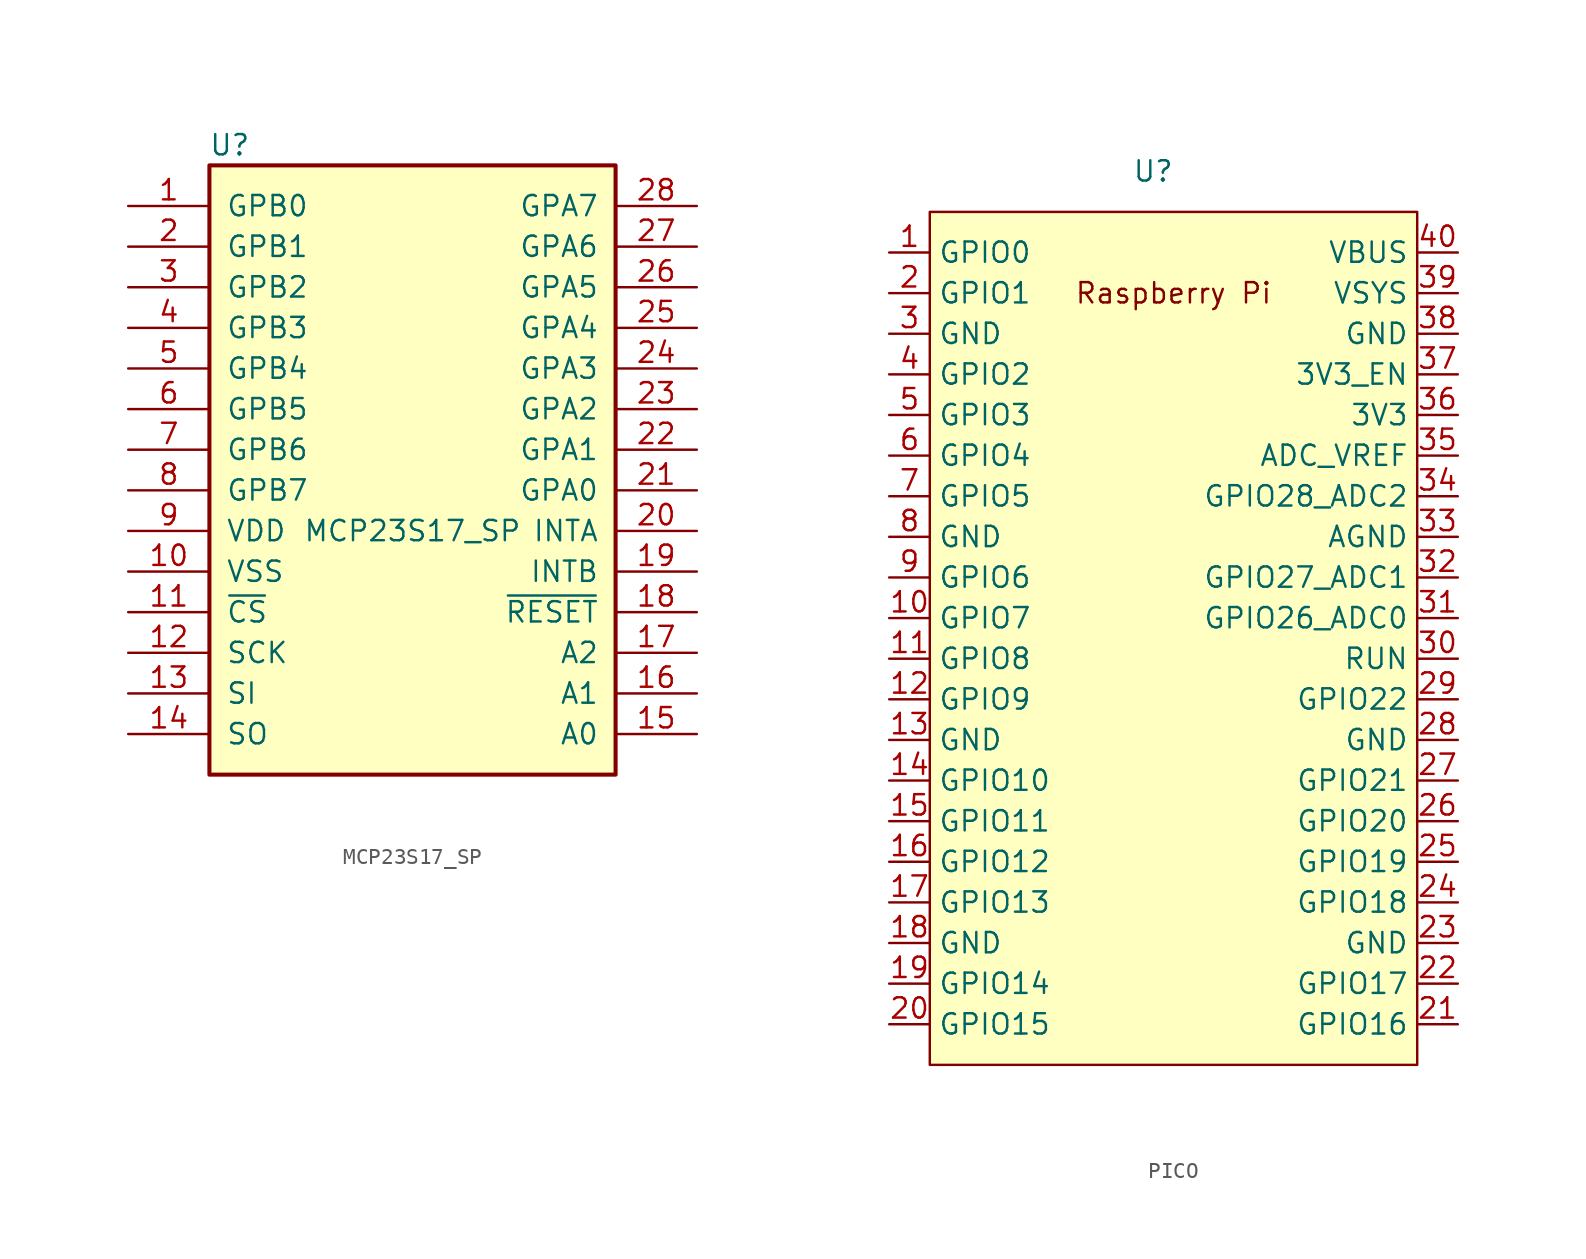
<source format=kicad_sym>
(kicad_symbol_lib
  (version 20220914)
  (generator kicad_symbol_editor)
  (symbol "MCP23S17_SP"
    (pin_names
      (offset 1.016))
    (property "Reference" "U"
      (at -11.43 24.13 0)
      (effects (font (size 1.27 1.27))))
    (property "Value" "MCP23S17_SP"
      (at 0 0 0)
      (effects (font (size 1.27 1.27))))
    (symbol "MCP23S17_SP_0_1"
      (rectangle (start -12.7 22.86) (end 12.7 -15.24) (stroke (width 0.254) (type default)) (fill (type background))))
    (symbol "MCP23S17_SP_1_1"
      (pin bidirectional line (at -17.78 20.32 0) (length 5.08) (name "GPB0" (effects (font (size 1.27 1.27)))) (number "1" (effects (font (size 1.27 1.27)))))
      (pin power_in line (at -17.78 -2.54 0) (length 5.08) (name "VSS" (effects (font (size 1.27 1.27)))) (number "10" (effects (font (size 1.27 1.27)))))
      (pin input line (at -17.78 -5.08 0) (length 5.08) (name "~{CS}" (effects (font (size 1.27 1.27)))) (number "11" (effects (font (size 1.27 1.27)))))
      (pin input line (at -17.78 -7.62 0) (length 5.08) (name "SCK" (effects (font (size 1.27 1.27)))) (number "12" (effects (font (size 1.27 1.27)))))
      (pin input line (at -17.78 -10.16 0) (length 5.08) (name "SI" (effects (font (size 1.27 1.27)))) (number "13" (effects (font (size 1.27 1.27)))))
      (pin output line (at -17.78 -12.7 0) (length 5.08) (name "SO" (effects (font (size 1.27 1.27)))) (number "14" (effects (font (size 1.27 1.27)))))
      (pin input line (at 17.78 -12.7 180) (length 5.08) (name "A0" (effects (font (size 1.27 1.27)))) (number "15" (effects (font (size 1.27 1.27)))))
      (pin input line (at 17.78 -10.16 180) (length 5.08) (name "A1" (effects (font (size 1.27 1.27)))) (number "16" (effects (font (size 1.27 1.27)))))
      (pin input line (at 17.78 -7.62 180) (length 5.08) (name "A2" (effects (font (size 1.27 1.27)))) (number "17" (effects (font (size 1.27 1.27)))))
      (pin input line (at 17.78 -5.08 180) (length 5.08) (name "~{RESET}" (effects (font (size 1.27 1.27)))) (number "18" (effects (font (size 1.27 1.27)))))
      (pin tri_state line (at 17.78 -2.54 180) (length 5.08) (name "INTB" (effects (font (size 1.27 1.27)))) (number "19" (effects (font (size 1.27 1.27)))))
      (pin bidirectional line (at -17.78 17.78 0) (length 5.08) (name "GPB1" (effects (font (size 1.27 1.27)))) (number "2" (effects (font (size 1.27 1.27)))))
      (pin tri_state line (at 17.78 0 180) (length 5.08) (name "INTA" (effects (font (size 1.27 1.27)))) (number "20" (effects (font (size 1.27 1.27)))))
      (pin bidirectional line (at 17.78 2.54 180) (length 5.08) (name "GPA0" (effects (font (size 1.27 1.27)))) (number "21" (effects (font (size 1.27 1.27)))))
      (pin bidirectional line (at 17.78 5.08 180) (length 5.08) (name "GPA1" (effects (font (size 1.27 1.27)))) (number "22" (effects (font (size 1.27 1.27)))))
      (pin bidirectional line (at 17.78 7.62 180) (length 5.08) (name "GPA2" (effects (font (size 1.27 1.27)))) (number "23" (effects (font (size 1.27 1.27)))))
      (pin bidirectional line (at 17.78 10.16 180) (length 5.08) (name "GPA3" (effects (font (size 1.27 1.27)))) (number "24" (effects (font (size 1.27 1.27)))))
      (pin bidirectional line (at 17.78 12.7 180) (length 5.08) (name "GPA4" (effects (font (size 1.27 1.27)))) (number "25" (effects (font (size 1.27 1.27)))))
      (pin bidirectional line (at 17.78 15.24 180) (length 5.08) (name "GPA5" (effects (font (size 1.27 1.27)))) (number "26" (effects (font (size 1.27 1.27)))))
      (pin bidirectional line (at 17.78 17.78 180) (length 5.08) (name "GPA6" (effects (font (size 1.27 1.27)))) (number "27" (effects (font (size 1.27 1.27)))))
      (pin bidirectional line (at 17.78 20.32 180) (length 5.08) (name "GPA7" (effects (font (size 1.27 1.27)))) (number "28" (effects (font (size 1.27 1.27)))))
      (pin bidirectional line (at -17.78 15.24 0) (length 5.08) (name "GPB2" (effects (font (size 1.27 1.27)))) (number "3" (effects (font (size 1.27 1.27)))))
      (pin bidirectional line (at -17.78 12.7 0) (length 5.08) (name "GPB3" (effects (font (size 1.27 1.27)))) (number "4" (effects (font (size 1.27 1.27)))))
      (pin bidirectional line (at -17.78 10.16 0) (length 5.08) (name "GPB4" (effects (font (size 1.27 1.27)))) (number "5" (effects (font (size 1.27 1.27)))))
      (pin bidirectional line (at -17.78 7.62 0) (length 5.08) (name "GPB5" (effects (font (size 1.27 1.27)))) (number "6" (effects (font (size 1.27 1.27)))))
      (pin bidirectional line (at -17.78 5.08 0) (length 5.08) (name "GPB6" (effects (font (size 1.27 1.27)))) (number "7" (effects (font (size 1.27 1.27)))))
      (pin bidirectional line (at -17.78 2.54 0) (length 5.08) (name "GPB7" (effects (font (size 1.27 1.27)))) (number "8" (effects (font (size 1.27 1.27)))))
      (pin power_in line (at -17.78 0 0) (length 5.08) (name "VDD" (effects (font (size 1.27 1.27)))) (number "9" (effects (font (size 1.27 1.27)))))))
  (symbol "PICO"
    (property "Reference" "U"
      (at 0 0 0)
      (effects (font (size 1.27 1.27))))
    (property "Value" ""
      (at 0 0 0)
      (effects (font (size 1.27 1.27))))
    (symbol "PICO_0_0"
      (text "Raspberry Pi" (at 1.27 -7.62 0) (effects (font (size 1.27 1.27)))))
    (symbol "PICO_0_1"
      (rectangle (start -13.97 -2.54) (end 16.51 -55.88) (stroke (width 0) (type solid)) (fill (type background))))
    (symbol "PICO_1_1"
      (pin bidirectional line (at -16.51 -5.08 0) (length 2.54) (name "GPIO0" (effects (font (size 1.27 1.27)))) (number "1" (effects (font (size 1.27 1.27)))))
      (pin bidirectional line (at -16.51 -27.94 0) (length 2.54) (name "GPIO7" (effects (font (size 1.27 1.27)))) (number "10" (effects (font (size 1.27 1.27)))))
      (pin bidirectional line (at -16.51 -30.48 0) (length 2.54) (name "GPIO8" (effects (font (size 1.27 1.27)))) (number "11" (effects (font (size 1.27 1.27)))))
      (pin bidirectional line (at -16.51 -33.02 0) (length 2.54) (name "GPIO9" (effects (font (size 1.27 1.27)))) (number "12" (effects (font (size 1.27 1.27)))))
      (pin power_in line (at -16.51 -35.56 0) (length 2.54) (name "GND" (effects (font (size 1.27 1.27)))) (number "13" (effects (font (size 1.27 1.27)))))
      (pin bidirectional line (at -16.51 -38.1 0) (length 2.54) (name "GPIO10" (effects (font (size 1.27 1.27)))) (number "14" (effects (font (size 1.27 1.27)))))
      (pin bidirectional line (at -16.51 -40.64 0) (length 2.54) (name "GPIO11" (effects (font (size 1.27 1.27)))) (number "15" (effects (font (size 1.27 1.27)))))
      (pin bidirectional line (at -16.51 -43.18 0) (length 2.54) (name "GPIO12" (effects (font (size 1.27 1.27)))) (number "16" (effects (font (size 1.27 1.27)))))
      (pin bidirectional line (at -16.51 -45.72 0) (length 2.54) (name "GPIO13" (effects (font (size 1.27 1.27)))) (number "17" (effects (font (size 1.27 1.27)))))
      (pin power_in line (at -16.51 -48.26 0) (length 2.54) (name "GND" (effects (font (size 1.27 1.27)))) (number "18" (effects (font (size 1.27 1.27)))))
      (pin bidirectional line (at -16.51 -50.8 0) (length 2.54) (name "GPIO14" (effects (font (size 1.27 1.27)))) (number "19" (effects (font (size 1.27 1.27)))))
      (pin bidirectional line (at -16.51 -7.62 0) (length 2.54) (name "GPIO1" (effects (font (size 1.27 1.27)))) (number "2" (effects (font (size 1.27 1.27)))))
      (pin bidirectional line (at -16.51 -53.34 0) (length 2.54) (name "GPIO15" (effects (font (size 1.27 1.27)))) (number "20" (effects (font (size 1.27 1.27)))))
      (pin bidirectional line (at 19.05 -53.34 180) (length 2.54) (name "GPIO16" (effects (font (size 1.27 1.27)))) (number "21" (effects (font (size 1.27 1.27)))))
      (pin bidirectional line (at 19.05 -50.8 180) (length 2.54) (name "GPIO17" (effects (font (size 1.27 1.27)))) (number "22" (effects (font (size 1.27 1.27)))))
      (pin power_in line (at 19.05 -48.26 180) (length 2.54) (name "GND" (effects (font (size 1.27 1.27)))) (number "23" (effects (font (size 1.27 1.27)))))
      (pin bidirectional line (at 19.05 -45.72 180) (length 2.54) (name "GPIO18" (effects (font (size 1.27 1.27)))) (number "24" (effects (font (size 1.27 1.27)))))
      (pin bidirectional line (at 19.05 -43.18 180) (length 2.54) (name "GPIO19" (effects (font (size 1.27 1.27)))) (number "25" (effects (font (size 1.27 1.27)))))
      (pin bidirectional line (at 19.05 -40.64 180) (length 2.54) (name "GPIO20" (effects (font (size 1.27 1.27)))) (number "26" (effects (font (size 1.27 1.27)))))
      (pin bidirectional line (at 19.05 -38.1 180) (length 2.54) (name "GPIO21" (effects (font (size 1.27 1.27)))) (number "27" (effects (font (size 1.27 1.27)))))
      (pin power_in line (at 19.05 -35.56 180) (length 2.54) (name "GND" (effects (font (size 1.27 1.27)))) (number "28" (effects (font (size 1.27 1.27)))))
      (pin bidirectional line (at 19.05 -33.02 180) (length 2.54) (name "GPIO22" (effects (font (size 1.27 1.27)))) (number "29" (effects (font (size 1.27 1.27)))))
      (pin power_in line (at -16.51 -10.16 0) (length 2.54) (name "GND" (effects (font (size 1.27 1.27)))) (number "3" (effects (font (size 1.27 1.27)))))
      (pin input line (at 19.05 -30.48 180) (length 2.54) (name "RUN" (effects (font (size 1.27 1.27)))) (number "30" (effects (font (size 1.27 1.27)))))
      (pin bidirectional line (at 19.05 -27.94 180) (length 2.54) (name "GPIO26_ADC0" (effects (font (size 1.27 1.27)))) (number "31" (effects (font (size 1.27 1.27)))))
      (pin bidirectional line (at 19.05 -25.4 180) (length 2.54) (name "GPIO27_ADC1" (effects (font (size 1.27 1.27)))) (number "32" (effects (font (size 1.27 1.27)))))
      (pin power_in line (at 19.05 -22.86 180) (length 2.54) (name "AGND" (effects (font (size 1.27 1.27)))) (number "33" (effects (font (size 1.27 1.27)))))
      (pin bidirectional line (at 19.05 -20.32 180) (length 2.54) (name "GPIO28_ADC2" (effects (font (size 1.27 1.27)))) (number "34" (effects (font (size 1.27 1.27)))))
      (pin unspecified line (at 19.05 -17.78 180) (length 2.54) (name "ADC_VREF" (effects (font (size 1.27 1.27)))) (number "35" (effects (font (size 1.27 1.27)))))
      (pin unspecified line (at 19.05 -15.24 180) (length 2.54) (name "3V3" (effects (font (size 1.27 1.27)))) (number "36" (effects (font (size 1.27 1.27)))))
      (pin input line (at 19.05 -12.7 180) (length 2.54) (name "3V3_EN" (effects (font (size 1.27 1.27)))) (number "37" (effects (font (size 1.27 1.27)))))
      (pin bidirectional line (at 19.05 -10.16 180) (length 2.54) (name "GND" (effects (font (size 1.27 1.27)))) (number "38" (effects (font (size 1.27 1.27)))))
      (pin unspecified line (at 19.05 -7.62 180) (length 2.54) (name "VSYS" (effects (font (size 1.27 1.27)))) (number "39" (effects (font (size 1.27 1.27)))))
      (pin bidirectional line (at -16.51 -12.7 0) (length 2.54) (name "GPIO2" (effects (font (size 1.27 1.27)))) (number "4" (effects (font (size 1.27 1.27)))))
      (pin unspecified line (at 19.05 -5.08 180) (length 2.54) (name "VBUS" (effects (font (size 1.27 1.27)))) (number "40" (effects (font (size 1.27 1.27)))))
      (pin bidirectional line (at -16.51 -15.24 0) (length 2.54) (name "GPIO3" (effects (font (size 1.27 1.27)))) (number "5" (effects (font (size 1.27 1.27)))))
      (pin bidirectional line (at -16.51 -17.78 0) (length 2.54) (name "GPIO4" (effects (font (size 1.27 1.27)))) (number "6" (effects (font (size 1.27 1.27)))))
      (pin bidirectional line (at -16.51 -20.32 0) (length 2.54) (name "GPIO5" (effects (font (size 1.27 1.27)))) (number "7" (effects (font (size 1.27 1.27)))))
      (pin power_in line (at -16.51 -22.86 0) (length 2.54) (name "GND" (effects (font (size 1.27 1.27)))) (number "8" (effects (font (size 1.27 1.27)))))
      (pin bidirectional line (at -16.51 -25.4 0) (length 2.54) (name "GPIO6" (effects (font (size 1.27 1.27)))) (number "9" (effects (font (size 1.27 1.27))))))))
</source>
